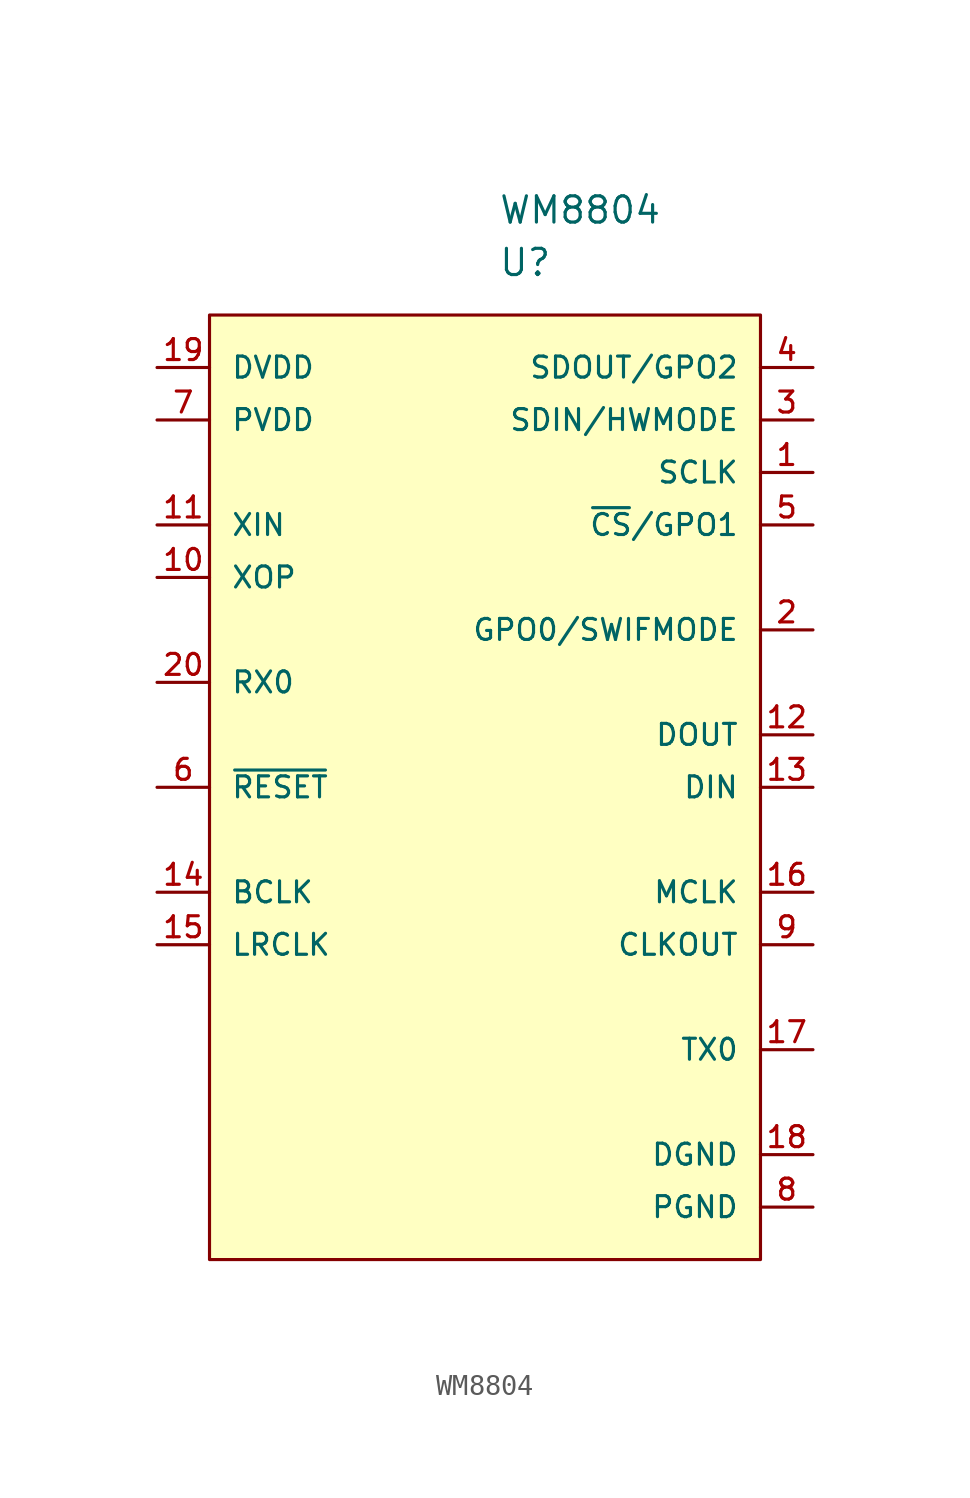
<source format=kicad_sym>
(kicad_symbol_lib
  (version 20211014)
  (generator kicad_symbol_editor)
  (symbol "WM8804"
    (pin_names
      (offset 1.016))
    (property "Reference" "U"
      (at 0 5.08 0)
      (effects (font (size 1.27 1.27)) (justify left)))
    (property "Value" "WM8804"
      (at 0 7.62 0)
      (effects (font (size 1.27 1.27)) (justify left)))
    (symbol "WM8804_1_1"
      (rectangle (start -13.97 2.54) (end 12.7 -43.18) (stroke (width 0) (type default) (color 0 0 0 0)) (fill (type background)))
      (pin bidirectional line (at 15.24 -5.08 180) (length 2.54) (name "SCLK" (effects (font (size 1.016 1.016)))) (number "1" (effects (font (size 1.016 1.016)))))
      (pin output line (at -16.51 -10.16 0) (length 2.54) (name "XOP" (effects (font (size 1.016 1.016)))) (number "10" (effects (font (size 1.016 1.016)))))
      (pin input line (at -16.51 -7.62 0) (length 2.54) (name "XIN" (effects (font (size 1.016 1.016)))) (number "11" (effects (font (size 1.016 1.016)))))
      (pin output line (at 15.24 -17.78 180) (length 2.54) (name "DOUT" (effects (font (size 1.016 1.016)))) (number "12" (effects (font (size 1.016 1.016)))))
      (pin input line (at 15.24 -20.32 180) (length 2.54) (name "DIN" (effects (font (size 1.016 1.016)))) (number "13" (effects (font (size 1.016 1.016)))))
      (pin bidirectional line (at -16.51 -25.4 0) (length 2.54) (name "BCLK" (effects (font (size 1.016 1.016)))) (number "14" (effects (font (size 1.016 1.016)))))
      (pin bidirectional line (at -16.51 -27.94 0) (length 2.54) (name "LRCLK" (effects (font (size 1.016 1.016)))) (number "15" (effects (font (size 1.016 1.016)))))
      (pin bidirectional line (at 15.24 -25.4 180) (length 2.54) (name "MCLK" (effects (font (size 1.016 1.016)))) (number "16" (effects (font (size 1.016 1.016)))))
      (pin output line (at 15.24 -33.02 180) (length 2.54) (name "TX0" (effects (font (size 1.016 1.016)))) (number "17" (effects (font (size 1.016 1.016)))))
      (pin power_in line (at 15.24 -38.1 180) (length 2.54) (name "DGND" (effects (font (size 1.016 1.016)))) (number "18" (effects (font (size 1.016 1.016)))))
      (pin power_in line (at -16.51 0 0) (length 2.54) (name "DVDD" (effects (font (size 1.016 1.016)))) (number "19" (effects (font (size 1.016 1.016)))))
      (pin bidirectional line (at 15.24 -12.7 180) (length 2.54) (name "GPO0/SWIFMODE" (effects (font (size 1.016 1.016)))) (number "2" (effects (font (size 1.016 1.016)))))
      (pin input line (at -16.51 -15.24 0) (length 2.54) (name "RX0" (effects (font (size 1.016 1.016)))) (number "20" (effects (font (size 1.016 1.016)))))
      (pin input line (at 15.24 -2.54 180) (length 2.54) (name "SDIN/HWMODE" (effects (font (size 1.016 1.016)))) (number "3" (effects (font (size 1.016 1.016)))))
      (pin bidirectional line (at 15.24 0 180) (length 2.54) (name "SDOUT/GPO2" (effects (font (size 1.016 1.016)))) (number "4" (effects (font (size 1.016 1.016)))))
      (pin bidirectional line (at 15.24 -7.62 180) (length 2.54) (name "~{CS}/GPO1" (effects (font (size 1.016 1.016)))) (number "5" (effects (font (size 1.016 1.016)))))
      (pin input line (at -16.51 -20.32 0) (length 2.54) (name "~{RESET}" (effects (font (size 1.016 1.016)))) (number "6" (effects (font (size 1.016 1.016)))))
      (pin power_in line (at -16.51 -2.54 0) (length 2.54) (name "PVDD" (effects (font (size 1.016 1.016)))) (number "7" (effects (font (size 1.016 1.016)))))
      (pin power_in line (at 15.24 -40.64 180) (length 2.54) (name "PGND" (effects (font (size 1.016 1.016)))) (number "8" (effects (font (size 1.016 1.016)))))
      (pin output line (at 15.24 -27.94 180) (length 2.54) (name "CLKOUT" (effects (font (size 1.016 1.016)))) (number "9" (effects (font (size 1.016 1.016))))))))
</source>
